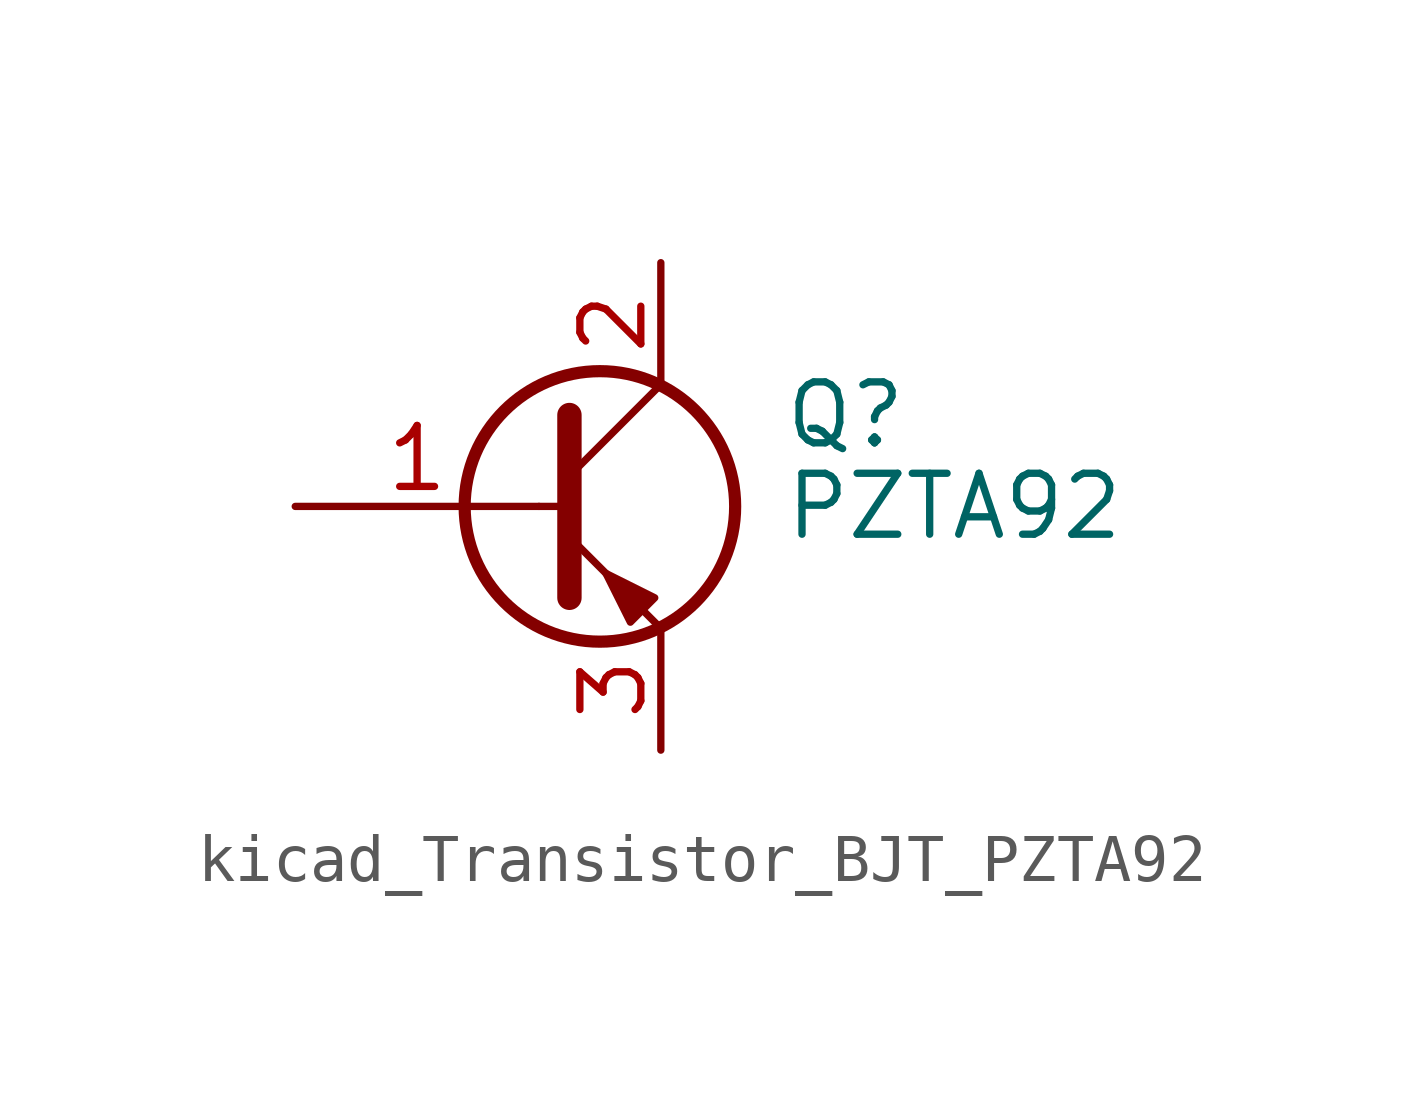
<source format=kicad_sym>
(kicad_symbol_lib
  (version 20220914)
  (generator kicad_symbol_editor)
  (symbol "kicad_Transistor_BJT_PZTA92"
    (pin_names
      (offset 0) hide)
    (property "Reference" "Q"
      (at 5.08 1.905 0)
      (effects (font (size 1.27 1.27)) (justify left)))
    (property "Value" "PZTA92"
      (at 5.08 0 0)
      (effects (font (size 1.27 1.27)) (justify left)))
    (symbol "kicad_Transistor_BJT_PZTA92_0_1"
      (polyline (pts (xy 0 0) (xy 0.635 0)) (stroke (width 0) (type default)) (fill (type none)))
      (polyline (pts (xy 2.54 -2.54) (xy 0.635 -0.635)) (stroke (width 0) (type default)) (fill (type none)))
      (polyline (pts (xy 2.54 2.54) (xy 0.635 0.635)) (stroke (width 0) (type default)) (fill (type none)))
      (polyline (pts (xy 0.635 1.905) (xy 0.635 -1.905) (xy 0.635 -1.905)) (stroke (width 0.508) (type default)) (fill (type outline)))
      (polyline (pts (xy 1.905 -2.413) (xy 2.413 -1.905) (xy 1.397 -1.397) (xy 1.905 -2.413) (xy 1.905 -2.413)) (stroke (width 0) (type default)) (fill (type outline)))
      (circle (center 1.27 0) (radius 2.819) (stroke (width 0.254) (type default)) (fill (type none))))
    (symbol "kicad_Transistor_BJT_PZTA92_1_1"
      (pin input line (at -5.08 0 0) (length 5.08) (name "B" (effects (font (size 1.27 1.27)))) (number "1" (effects (font (size 1.27 1.27)))))
      (pin passive line (at 2.54 5.08 270) (length 2.54) (name "C" (effects (font (size 1.27 1.27)))) (number "2" (effects (font (size 1.27 1.27)))))
      (pin passive line (at 2.54 -5.08 90) (length 2.54) (name "E" (effects (font (size 1.27 1.27)))) (number "3" (effects (font (size 1.27 1.27))))))))
</source>
